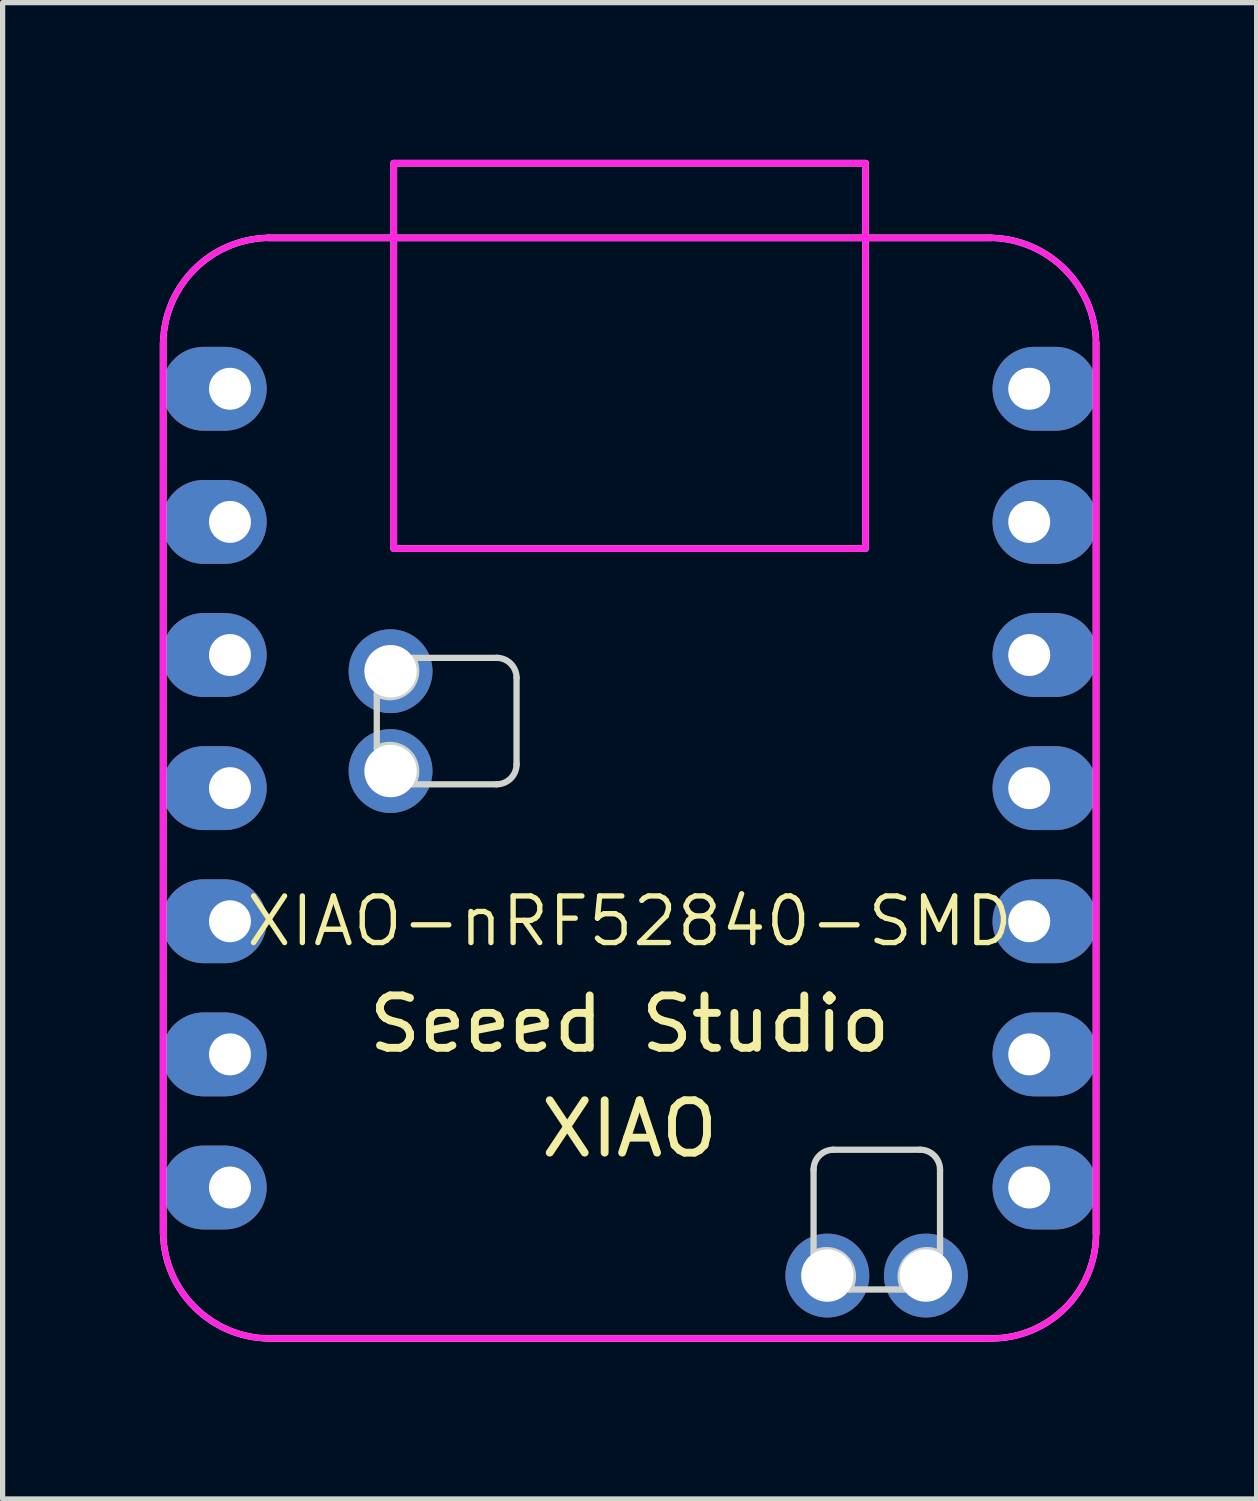
<source format=kicad_pcb>
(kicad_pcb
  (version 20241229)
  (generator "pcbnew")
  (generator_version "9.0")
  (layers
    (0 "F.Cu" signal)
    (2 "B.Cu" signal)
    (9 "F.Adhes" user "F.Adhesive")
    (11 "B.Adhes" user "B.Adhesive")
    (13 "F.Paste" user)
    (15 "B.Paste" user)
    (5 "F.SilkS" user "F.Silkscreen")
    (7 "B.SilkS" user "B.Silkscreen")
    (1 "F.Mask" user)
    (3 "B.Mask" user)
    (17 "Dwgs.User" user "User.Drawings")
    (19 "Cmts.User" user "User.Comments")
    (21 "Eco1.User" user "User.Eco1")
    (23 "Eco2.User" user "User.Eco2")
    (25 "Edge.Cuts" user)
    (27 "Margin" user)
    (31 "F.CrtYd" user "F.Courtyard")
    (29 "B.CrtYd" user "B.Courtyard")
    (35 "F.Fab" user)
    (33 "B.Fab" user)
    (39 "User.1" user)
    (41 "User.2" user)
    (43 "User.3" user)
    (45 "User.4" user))
  (footprint "XIAO-nRF52840-SMD"
    (layer "F.Cu")
    (at 8.963 11.988)
    (property "Reference" "XIAO-nRF52840-SMD" (at 0 2.54 0) (layer "F.SilkS") (effects (font (size 0.889 0.889) (thickness 0.102))))
    (attr smd)
    (fp_line (start -8.9 -8.5) (end -8.9 8.5) (stroke (width 0.127) (type solid)) (layer "F.SilkS"))
    (fp_line (start -6.9 10.5) (end 6.9 10.5) (stroke (width 0.127) (type solid)) (layer "F.SilkS"))
    (fp_line (start -4.5 -11.924) (end 4.5 -11.924) (stroke (width 0.127) (type solid)) (layer "F.SilkS"))
    (fp_line (start -4.5 -4.571) (end -4.5 -11.924) (stroke (width 0.127) (type solid)) (layer "F.SilkS"))
    (fp_line (start 4.5 -11.924) (end 4.5 -4.571) (stroke (width 0.127) (type solid)) (layer "F.SilkS"))
    (fp_line (start 4.5 -4.571) (end -4.5 -4.571) (stroke (width 0.127) (type solid)) (layer "F.SilkS"))
    (fp_line (start 6.9 -10.499) (end -6.9 -10.499) (stroke (width 0.127) (type solid)) (layer "F.SilkS"))
    (fp_line (start 8.9 8.5) (end 8.9 -8.5) (stroke (width 0.127) (type solid)) (layer "F.SilkS"))
    (fp_arc (start -8.9 -8.5) (mid -8.301491 -9.901491) (end -6.9 -10.5) (stroke (width 0.12) (type solid)) (layer "F.SilkS"))
    (fp_arc (start -6.9 10.5) (mid -8.301423 9.901423) (end -8.9 8.5) (stroke (width 0.12) (type solid)) (layer "F.SilkS"))
    (fp_arc (start 6.9 -10.5) (mid 8.301492 -9.901492) (end 8.9 -8.5) (stroke (width 0.12) (type solid)) (layer "F.SilkS"))
    (fp_arc (start 8.9 8.5) (mid 8.314214 9.914214) (end 6.9 10.5) (stroke (width 0.12) (type solid)) (layer "F.SilkS"))
    (fp_poly (pts (xy -8.888 -8.562) (xy -8.885 -8.61) (xy -8.881 -8.659)) (stroke (width 0.025) (type solid)) (fill no) (layer "F.SilkS"))
    (fp_poly (pts (xy 8.889 8.522) (xy 8.888 8.571) (xy 8.885 8.62) (xy 8.881 8.669) (xy 8.875 8.717) (xy 8.869 8.766) (xy 8.861 8.815) (xy 8.852 8.863) (xy 8.842 8.911)) (stroke (width 0.025) (type solid)) (fill no) (layer "F.SilkS"))
    (fp_line (start -4.824 -0.759) (end -4.824 -1.801) (stroke (width 0.12) (type solid)) (layer "Edge.Cuts"))
    (fp_line (start -4.138 -2.486) (end -2.538 -2.486) (stroke (width 0.12) (type solid)) (layer "Edge.Cuts"))
    (fp_line (start -2.538 -0.073) (end -4.138 -0.073) (stroke (width 0.12) (type solid)) (layer "Edge.Cuts"))
    (fp_line (start -2.157 -2.106) (end -2.157 -0.455) (stroke (width 0.12) (type solid)) (layer "Edge.Cuts"))
    (fp_line (start 3.51 8.88) (end 3.51 7.28) (stroke (width 0.12) (type solid)) (layer "Edge.Cuts"))
    (fp_line (start 3.891 6.899) (end 5.542 6.899) (stroke (width 0.12) (type solid)) (layer "Edge.Cuts"))
    (fp_line (start 5.237 9.566) (end 4.196 9.566) (stroke (width 0.12) (type solid)) (layer "Edge.Cuts"))
    (fp_line (start 5.923 7.28) (end 5.923 8.88) (stroke (width 0.12) (type solid)) (layer "Edge.Cuts"))
    (fp_arc (start -4.823609 -0.7593) (mid -4.22 -0.677109) (end -4.137809 -0.0735) (stroke (width 0.12) (type solid)) (layer "Edge.Cuts"))
    (fp_arc (start -4.137809 -2.4865) (mid -4.22 -1.882891) (end -4.823609 -1.8007) (stroke (width 0.12) (type solid)) (layer "Edge.Cuts"))
    (fp_arc (start -2.537609 -2.4865) (mid -2.268199 -2.37491) (end -2.156609 -2.1055) (stroke (width 0.12) (type solid)) (layer "Edge.Cuts"))
    (fp_arc (start -2.156609 -0.4545) (mid -2.2682 -0.185091) (end -2.537609 -0.0735) (stroke (width 0.12) (type solid)) (layer "Edge.Cuts"))
    (fp_arc (start 3.51 7.2798) (mid 3.621593 7.010393) (end 3.891 6.8988) (stroke (width 0.12) (type solid)) (layer "Edge.Cuts"))
    (fp_arc (start 3.51 8.88) (mid 4.113609 8.962191) (end 4.1958 9.5658) (stroke (width 0.12) (type solid)) (layer "Edge.Cuts"))
    (fp_arc (start 5.2372 9.5658) (mid 5.31939 8.96219) (end 5.923 8.88) (stroke (width 0.12) (type solid)) (layer "Edge.Cuts"))
    (fp_arc (start 5.542 6.8988) (mid 5.811398 7.010396) (end 5.923 7.2798) (stroke (width 0.12) (type solid)) (layer "Edge.Cuts"))
    (fp_line (start -8.9 -8.5) (end -8.9 8.5) (stroke (width 0.127) (type solid)) (layer "F.CrtYd"))
    (fp_line (start -6.9 10.5) (end 6.9 10.5) (stroke (width 0.127) (type solid)) (layer "F.CrtYd"))
    (fp_line (start -4.5 -11.924) (end 4.5 -11.924) (stroke (width 0.127) (type solid)) (layer "F.CrtYd"))
    (fp_line (start -4.5 -4.571) (end -4.5 -11.924) (stroke (width 0.127) (type solid)) (layer "F.CrtYd"))
    (fp_line (start 4.5 -11.924) (end 4.5 -4.571) (stroke (width 0.127) (type solid)) (layer "F.CrtYd"))
    (fp_line (start 4.5 -4.571) (end -4.5 -4.571) (stroke (width 0.127) (type solid)) (layer "F.CrtYd"))
    (fp_line (start 6.9 -10.499) (end -6.9 -10.499) (stroke (width 0.127) (type solid)) (layer "F.CrtYd"))
    (fp_line (start 8.9 8.5) (end 8.9 -8.5) (stroke (width 0.127) (type solid)) (layer "F.CrtYd"))
    (fp_arc (start -8.9 -8.5) (mid -8.301491 -9.901491) (end -6.9 -10.5) (stroke (width 0.12) (type solid)) (layer "F.CrtYd"))
    (fp_arc (start -6.9 10.5) (mid -8.301423 9.901423) (end -8.9 8.5) (stroke (width 0.12) (type solid)) (layer "F.CrtYd"))
    (fp_arc (start 6.9 -10.5) (mid 8.301494 -9.901494) (end 8.9 -8.5) (stroke (width 0.12) (type solid)) (layer "F.CrtYd"))
    (fp_arc (start 8.9 8.5) (mid 8.314214 9.914214) (end 6.9 10.5) (stroke (width 0.12) (type solid)) (layer "F.CrtYd"))
    (fp_line (start -8.9 -8.463) (end -8.9 8.473) (stroke (width 0.025) (type solid)) (layer "F.Fab"))
    (fp_line (start -8.89 8.473) (end -8.889 8.522) (stroke (width 0.025) (type solid)) (layer "F.Fab"))
    (fp_line (start -8.889 8.522) (end -8.888 8.571) (stroke (width 0.025) (type solid)) (layer "F.Fab"))
    (fp_line (start -8.888 -8.562) (end -8.889 -8.512) (stroke (width 0.025) (type solid)) (layer "F.Fab"))
    (fp_line (start -8.888 8.571) (end -8.885 8.62) (stroke (width 0.025) (type solid)) (layer "F.Fab"))
    (fp_line (start -8.885 -8.61) (end -8.888 -8.562) (stroke (width 0.025) (type solid)) (layer "F.Fab"))
    (fp_line (start -8.885 8.62) (end -8.881 8.669) (stroke (width 0.025) (type solid)) (layer "F.Fab"))
    (fp_line (start -8.881 -8.659) (end -8.885 -8.61) (stroke (width 0.025) (type solid)) (layer "F.Fab"))
    (fp_line (start -8.881 8.669) (end -8.875 8.717) (stroke (width 0.025) (type solid)) (layer "F.Fab"))
    (fp_line (start -8.875 -8.708) (end -8.881 -8.659) (stroke (width 0.025) (type solid)) (layer "F.Fab"))
    (fp_line (start -8.875 8.717) (end -8.869 8.766) (stroke (width 0.025) (type solid)) (layer "F.Fab"))
    (fp_line (start -8.869 -8.757) (end -8.875 -8.708) (stroke (width 0.025) (type solid)) (layer "F.Fab"))
    (fp_line (start -8.869 8.766) (end -8.861 8.815) (stroke (width 0.025) (type solid)) (layer "F.Fab"))
    (fp_line (start -8.861 -8.806) (end -8.869 -8.757) (stroke (width 0.025) (type solid)) (layer "F.Fab"))
    (fp_line (start -8.861 8.815) (end -8.852 8.863) (stroke (width 0.025) (type solid)) (layer "F.Fab"))
    (fp_line (start -8.852 -8.854) (end -8.861 -8.806) (stroke (width 0.025) (type solid)) (layer "F.Fab"))
    (fp_line (start -8.852 8.863) (end -8.842 8.911) (stroke (width 0.025) (type solid)) (layer "F.Fab"))
    (fp_line (start -8.842 -8.902) (end -8.852 -8.854) (stroke (width 0.025) (type solid)) (layer "F.Fab"))
    (fp_line (start -8.842 8.911) (end -8.831 8.959) (stroke (width 0.025) (type solid)) (layer "F.Fab"))
    (fp_line (start -8.831 -8.95) (end -8.842 -8.902) (stroke (width 0.025) (type solid)) (layer "F.Fab"))
    (fp_line (start -8.831 8.959) (end -8.819 9.006) (stroke (width 0.025) (type solid)) (layer "F.Fab"))
    (fp_line (start -8.819 -8.997) (end -8.831 -8.95) (stroke (width 0.025) (type solid)) (layer "F.Fab"))
    (fp_line (start -8.819 9.006) (end -8.805 9.054) (stroke (width 0.025) (type solid)) (layer "F.Fab"))
    (fp_line (start -8.805 -9.045) (end -8.819 -8.997) (stroke (width 0.025) (type solid)) (layer "F.Fab"))
    (fp_line (start -8.805 9.054) (end -8.79 9.1) (stroke (width 0.025) (type solid)) (layer "F.Fab"))
    (fp_line (start -8.79 -9.091) (end -8.805 -9.045) (stroke (width 0.025) (type solid)) (layer "F.Fab"))
    (fp_line (start -8.79 9.1) (end -8.775 9.147) (stroke (width 0.025) (type solid)) (layer "F.Fab"))
    (fp_line (start -8.775 -9.138) (end -8.79 -9.091) (stroke (width 0.025) (type solid)) (layer "F.Fab"))
    (fp_line (start -8.775 9.147) (end -8.758 9.193) (stroke (width 0.025) (type solid)) (layer "F.Fab"))
    (fp_line (start -8.758 -9.184) (end -8.775 -9.138) (stroke (width 0.025) (type solid)) (layer "F.Fab"))
    (fp_line (start -8.758 9.193) (end -8.74 9.239) (stroke (width 0.025) (type solid)) (layer "F.Fab"))
    (fp_line (start -8.74 -9.23) (end -8.758 -9.184) (stroke (width 0.025) (type solid)) (layer "F.Fab"))
    (fp_line (start -8.74 9.239) (end -8.721 9.284) (stroke (width 0.025) (type solid)) (layer "F.Fab"))
    (fp_line (start -8.721 -9.275) (end -8.74 -9.23) (stroke (width 0.025) (type solid)) (layer "F.Fab"))
    (fp_line (start -8.721 9.284) (end -8.701 9.329) (stroke (width 0.025) (type solid)) (layer "F.Fab"))
    (fp_line (start -8.701 -9.32) (end -8.721 -9.275) (stroke (width 0.025) (type solid)) (layer "F.Fab"))
    (fp_line (start -8.701 9.329) (end -8.679 9.373) (stroke (width 0.025) (type solid)) (layer "F.Fab"))
    (fp_line (start -8.679 -9.364) (end -8.701 -9.32) (stroke (width 0.025) (type solid)) (layer "F.Fab"))
    (fp_line (start -8.679 9.373) (end -8.657 9.417) (stroke (width 0.025) (type solid)) (layer "F.Fab"))
    (fp_line (start -8.657 -9.408) (end -8.679 -9.364) (stroke (width 0.025) (type solid)) (layer "F.Fab"))
    (fp_line (start -8.657 9.417) (end -8.634 9.46) (stroke (width 0.025) (type solid)) (layer "F.Fab"))
    (fp_line (start -8.634 -9.451) (end -8.657 -9.408) (stroke (width 0.025) (type solid)) (layer "F.Fab"))
    (fp_line (start -8.634 9.46) (end -8.61 9.503) (stroke (width 0.025) (type solid)) (layer "F.Fab"))
    (fp_line (start -8.61 -9.494) (end -8.634 -9.451) (stroke (width 0.025) (type solid)) (layer "F.Fab"))
    (fp_line (start -8.61 9.503) (end -8.584 9.545) (stroke (width 0.025) (type solid)) (layer "F.Fab"))
    (fp_line (start -8.584 -9.536) (end -8.61 -9.494) (stroke (width 0.025) (type solid)) (layer "F.Fab"))
    (fp_line (start -8.584 9.545) (end -8.558 9.586) (stroke (width 0.025) (type solid)) (layer "F.Fab"))
    (fp_line (start -8.558 -9.577) (end -8.584 -9.536) (stroke (width 0.025) (type solid)) (layer "F.Fab"))
    (fp_line (start -8.558 9.586) (end -8.53 9.627) (stroke (width 0.025) (type solid)) (layer "F.Fab"))
    (fp_line (start -8.53 -9.618) (end -8.558 -9.577) (stroke (width 0.025) (type solid)) (layer "F.Fab"))
    (fp_line (start -8.53 9.627) (end -8.502 9.667) (stroke (width 0.025) (type solid)) (layer "F.Fab"))
    (fp_line (start -8.502 -9.658) (end -8.53 -9.618) (stroke (width 0.025) (type solid)) (layer "F.Fab"))
    (fp_line (start -8.502 9.667) (end -8.473 9.706) (stroke (width 0.025) (type solid)) (layer "F.Fab"))
    (fp_line (start -8.473 -9.697) (end -8.502 -9.658) (stroke (width 0.025) (type solid)) (layer "F.Fab"))
    (fp_line (start -8.473 9.706) (end -8.442 9.745) (stroke (width 0.025) (type solid)) (layer "F.Fab"))
    (fp_line (start -8.442 -9.736) (end -8.473 -9.697) (stroke (width 0.025) (type solid)) (layer "F.Fab"))
    (fp_line (start -8.442 9.745) (end -8.411 9.783) (stroke (width 0.025) (type solid)) (layer "F.Fab"))
    (fp_line (start -8.411 -9.774) (end -8.442 -9.736) (stroke (width 0.025) (type solid)) (layer "F.Fab"))
    (fp_line (start -8.411 9.783) (end -8.379 9.82) (stroke (width 0.025) (type solid)) (layer "F.Fab"))
    (fp_line (start -8.379 -9.811) (end -8.411 -9.774) (stroke (width 0.025) (type solid)) (layer "F.Fab"))
    (fp_line (start -8.379 9.82) (end -8.346 9.856) (stroke (width 0.025) (type solid)) (layer "F.Fab"))
    (fp_line (start -8.346 -9.847) (end -8.379 -9.811) (stroke (width 0.025) (type solid)) (layer "F.Fab"))
    (fp_line (start -8.346 9.856) (end -8.312 9.892) (stroke (width 0.025) (type solid)) (layer "F.Fab"))
    (fp_line (start -8.312 -9.883) (end -8.346 -9.847) (stroke (width 0.025) (type solid)) (layer "F.Fab"))
    (fp_line (start -8.312 9.892) (end -8.277 9.927) (stroke (width 0.025) (type solid)) (layer "F.Fab"))
    (fp_line (start -8.277 -9.918) (end -8.312 -9.883) (stroke (width 0.025) (type solid)) (layer "F.Fab"))
    (fp_line (start -8.277 9.927) (end -8.242 9.96) (stroke (width 0.025) (type solid)) (layer "F.Fab"))
    (fp_line (start -8.242 -9.951) (end -8.277 -9.918) (stroke (width 0.025) (type solid)) (layer "F.Fab"))
    (fp_line (start -8.242 9.96) (end -8.205 9.994) (stroke (width 0.025) (type solid)) (layer "F.Fab"))
    (fp_line (start -8.205 -9.984) (end -8.242 -9.951) (stroke (width 0.025) (type solid)) (layer "F.Fab"))
    (fp_line (start -8.205 9.994) (end -8.168 10.026) (stroke (width 0.025) (type solid)) (layer "F.Fab"))
    (fp_line (start -8.168 -10.017) (end -8.205 -9.984) (stroke (width 0.025) (type solid)) (layer "F.Fab"))
    (fp_line (start -8.168 10.026) (end -8.13 10.057) (stroke (width 0.025) (type solid)) (layer "F.Fab"))
    (fp_line (start -8.13 -10.048) (end -8.168 -10.017) (stroke (width 0.025) (type solid)) (layer "F.Fab"))
    (fp_line (start -8.13 10.057) (end -8.092 10.087) (stroke (width 0.025) (type solid)) (layer "F.Fab"))
    (fp_line (start -8.092 -10.078) (end -8.13 -10.048) (stroke (width 0.025) (type solid)) (layer "F.Fab"))
    (fp_line (start -8.092 10.087) (end -8.052 10.116) (stroke (width 0.025) (type solid)) (layer "F.Fab"))
    (fp_line (start -8.052 -10.107) (end -8.092 -10.078) (stroke (width 0.025) (type solid)) (layer "F.Fab"))
    (fp_line (start -8.052 10.116) (end -8.012 10.145) (stroke (width 0.025) (type solid)) (layer "F.Fab"))
    (fp_line (start -8.012 -10.136) (end -8.052 -10.107) (stroke (width 0.025) (type solid)) (layer "F.Fab"))
    (fp_line (start -8.012 10.145) (end -7.972 10.172) (stroke (width 0.025) (type solid)) (layer "F.Fab"))
    (fp_line (start -7.972 -10.163) (end -8.012 -10.136) (stroke (width 0.025) (type solid)) (layer "F.Fab"))
    (fp_line (start -7.972 10.172) (end -7.93 10.199) (stroke (width 0.025) (type solid)) (layer "F.Fab"))
    (fp_line (start -7.93 -10.19) (end -7.972 -10.163) (stroke (width 0.025) (type solid)) (layer "F.Fab"))
    (fp_line (start -7.93 10.199) (end -7.888 10.224) (stroke (width 0.025) (type solid)) (layer "F.Fab"))
    (fp_line (start -7.888 -10.215) (end -7.93 -10.19) (stroke (width 0.025) (type solid)) (layer "F.Fab"))
    (fp_line (start -7.888 10.224) (end -7.846 10.249) (stroke (width 0.025) (type solid)) (layer "F.Fab"))
    (fp_line (start -7.846 -10.239) (end -7.888 -10.215) (stroke (width 0.025) (type solid)) (layer "F.Fab"))
    (fp_line (start -7.846 10.249) (end -7.802 10.272) (stroke (width 0.025) (type solid)) (layer "F.Fab"))
    (fp_line (start -7.802 -10.263) (end -7.846 -10.239) (stroke (width 0.025) (type solid)) (layer "F.Fab"))
    (fp_line (start -7.802 10.272) (end -7.759 10.294) (stroke (width 0.025) (type solid)) (layer "F.Fab"))
    (fp_line (start -7.759 -10.285) (end -7.802 -10.263) (stroke (width 0.025) (type solid)) (layer "F.Fab"))
    (fp_line (start -7.759 10.294) (end -7.714 10.315) (stroke (width 0.025) (type solid)) (layer "F.Fab"))
    (fp_line (start -7.714 -10.306) (end -7.759 -10.285) (stroke (width 0.025) (type solid)) (layer "F.Fab"))
    (fp_line (start -7.714 10.315) (end -7.67 10.335) (stroke (width 0.025) (type solid)) (layer "F.Fab"))
    (fp_line (start -7.67 -10.326) (end -7.714 -10.306) (stroke (width 0.025) (type solid)) (layer "F.Fab"))
    (fp_line (start -7.67 10.335) (end -7.624 10.354) (stroke (width 0.025) (type solid)) (layer "F.Fab"))
    (fp_line (start -7.624 -10.345) (end -7.67 -10.326) (stroke (width 0.025) (type solid)) (layer "F.Fab"))
    (fp_line (start -7.624 10.354) (end -7.579 10.372) (stroke (width 0.025) (type solid)) (layer "F.Fab"))
    (fp_line (start -7.579 -10.363) (end -7.624 -10.345) (stroke (width 0.025) (type solid)) (layer "F.Fab"))
    (fp_line (start -7.579 10.372) (end -7.532 10.389) (stroke (width 0.025) (type solid)) (layer "F.Fab"))
    (fp_line (start -7.532 -10.38) (end -7.579 -10.363) (stroke (width 0.025) (type solid)) (layer "F.Fab"))
    (fp_line (start -7.532 10.389) (end -7.486 10.405) (stroke (width 0.025) (type solid)) (layer "F.Fab"))
    (fp_line (start -7.486 -10.396) (end -7.532 -10.38) (stroke (width 0.025) (type solid)) (layer "F.Fab"))
    (fp_line (start -7.486 10.405) (end -7.439 10.42) (stroke (width 0.025) (type solid)) (layer "F.Fab"))
    (fp_line (start -7.439 -10.411) (end -7.486 -10.396) (stroke (width 0.025) (type solid)) (layer "F.Fab"))
    (fp_line (start -7.439 10.42) (end -7.392 10.433) (stroke (width 0.025) (type solid)) (layer "F.Fab"))
    (fp_line (start -7.392 -10.424) (end -7.439 -10.411) (stroke (width 0.025) (type solid)) (layer "F.Fab"))
    (fp_line (start -7.392 10.433) (end -7.344 10.446) (stroke (width 0.025) (type solid)) (layer "F.Fab"))
    (fp_line (start -7.344 -10.436) (end -7.392 -10.424) (stroke (width 0.025) (type solid)) (layer "F.Fab"))
    (fp_line (start -7.344 10.446) (end -7.296 10.457) (stroke (width 0.025) (type solid)) (layer "F.Fab"))
    (fp_line (start -7.296 -10.448) (end -7.344 -10.436) (stroke (width 0.025) (type solid)) (layer "F.Fab"))
    (fp_line (start -7.296 10.457) (end -7.248 10.467) (stroke (width 0.025) (type solid)) (layer "F.Fab"))
    (fp_line (start -7.248 -10.458) (end -7.296 -10.448) (stroke (width 0.025) (type solid)) (layer "F.Fab"))
    (fp_line (start -7.248 10.467) (end -7.2 10.476) (stroke (width 0.025) (type solid)) (layer "F.Fab"))
    (fp_line (start -7.2 -10.466) (end -7.248 -10.458) (stroke (width 0.025) (type solid)) (layer "F.Fab"))
    (fp_line (start -7.2 10.476) (end -7.152 10.483) (stroke (width 0.025) (type solid)) (layer "F.Fab"))
    (fp_line (start -7.152 -10.474) (end -7.2 -10.466) (stroke (width 0.025) (type solid)) (layer "F.Fab"))
    (fp_line (start -7.152 10.483) (end -7.103 10.49) (stroke (width 0.025) (type solid)) (layer "F.Fab"))
    (fp_line (start -7.103 -10.481) (end -7.152 -10.474) (stroke (width 0.025) (type solid)) (layer "F.Fab"))
    (fp_line (start -7.103 10.49) (end -7.054 10.495) (stroke (width 0.025) (type solid)) (layer "F.Fab"))
    (fp_line (start -7.054 -10.486) (end -7.103 -10.481) (stroke (width 0.025) (type solid)) (layer "F.Fab"))
    (fp_line (start -7.054 10.495) (end -7.005 10.499) (stroke (width 0.025) (type solid)) (layer "F.Fab"))
    (fp_line (start -7.005 -10.49) (end -7.054 -10.486) (stroke (width 0.025) (type solid)) (layer "F.Fab"))
    (fp_line (start -7.005 10.499) (end -6.956 10.502) (stroke (width 0.025) (type solid)) (layer "F.Fab"))
    (fp_line (start -6.956 -10.493) (end -7.005 -10.49) (stroke (width 0.025) (type solid)) (layer "F.Fab"))
    (fp_line (start -6.956 10.502) (end -6.907 10.504) (stroke (width 0.025) (type solid)) (layer "F.Fab"))
    (fp_line (start -6.907 -10.495) (end -6.956 -10.493) (stroke (width 0.025) (type solid)) (layer "F.Fab"))
    (fp_line (start -6.907 10.504) (end -6.858 10.505) (stroke (width 0.025) (type solid)) (layer "F.Fab"))
    (fp_line (start -6.858 -10.495) (end -6.907 -10.495) (stroke (width 0.025) (type solid)) (layer "F.Fab"))
    (fp_line (start -6.858 10.505) (end 6.858 10.505) (stroke (width 0.025) (type solid)) (layer "F.Fab"))
    (fp_line (start 6.858 -10.495) (end -6.858 -10.495) (stroke (width 0.025) (type solid)) (layer "F.Fab"))
    (fp_line (start 6.858 10.505) (end 6.907 10.504) (stroke (width 0.025) (type solid)) (layer "F.Fab"))
    (fp_line (start 6.907 -10.495) (end 6.858 -10.495) (stroke (width 0.025) (type solid)) (layer "F.Fab"))
    (fp_line (start 6.907 10.504) (end 6.956 10.502) (stroke (width 0.025) (type solid)) (layer "F.Fab"))
    (fp_line (start 6.956 -10.493) (end 6.907 -10.495) (stroke (width 0.025) (type solid)) (layer "F.Fab"))
    (fp_line (start 6.956 10.502) (end 7.005 10.499) (stroke (width 0.025) (type solid)) (layer "F.Fab"))
    (fp_line (start 7.005 -10.49) (end 6.956 -10.493) (stroke (width 0.025) (type solid)) (layer "F.Fab"))
    (fp_line (start 7.005 10.499) (end 7.054 10.495) (stroke (width 0.025) (type solid)) (layer "F.Fab"))
    (fp_line (start 7.054 -10.486) (end 7.005 -10.49) (stroke (width 0.025) (type solid)) (layer "F.Fab"))
    (fp_line (start 7.054 10.495) (end 7.103 10.49) (stroke (width 0.025) (type solid)) (layer "F.Fab"))
    (fp_line (start 7.103 -10.481) (end 7.054 -10.486) (stroke (width 0.025) (type solid)) (layer "F.Fab"))
    (fp_line (start 7.103 10.49) (end 7.152 10.483) (stroke (width 0.025) (type solid)) (layer "F.Fab"))
    (fp_line (start 7.152 -10.474) (end 7.103 -10.481) (stroke (width 0.025) (type solid)) (layer "F.Fab"))
    (fp_line (start 7.152 10.483) (end 7.2 10.476) (stroke (width 0.025) (type solid)) (layer "F.Fab"))
    (fp_line (start 7.2 -10.466) (end 7.152 -10.474) (stroke (width 0.025) (type solid)) (layer "F.Fab"))
    (fp_line (start 7.2 10.476) (end 7.248 10.467) (stroke (width 0.025) (type solid)) (layer "F.Fab"))
    (fp_line (start 7.248 -10.458) (end 7.2 -10.466) (stroke (width 0.025) (type solid)) (layer "F.Fab"))
    (fp_line (start 7.248 10.467) (end 7.296 10.457) (stroke (width 0.025) (type solid)) (layer "F.Fab"))
    (fp_line (start 7.296 -10.448) (end 7.248 -10.458) (stroke (width 0.025) (type solid)) (layer "F.Fab"))
    (fp_line (start 7.296 10.457) (end 7.344 10.446) (stroke (width 0.025) (type solid)) (layer "F.Fab"))
    (fp_line (start 7.344 -10.436) (end 7.296 -10.448) (stroke (width 0.025) (type solid)) (layer "F.Fab"))
    (fp_line (start 7.344 10.446) (end 7.392 10.433) (stroke (width 0.025) (type solid)) (layer "F.Fab"))
    (fp_line (start 7.392 -10.424) (end 7.344 -10.436) (stroke (width 0.025) (type solid)) (layer "F.Fab"))
    (fp_line (start 7.392 10.433) (end 7.439 10.42) (stroke (width 0.025) (type solid)) (layer "F.Fab"))
    (fp_line (start 7.439 -10.411) (end 7.392 -10.424) (stroke (width 0.025) (type solid)) (layer "F.Fab"))
    (fp_line (start 7.439 10.42) (end 7.486 10.405) (stroke (width 0.025) (type solid)) (layer "F.Fab"))
    (fp_line (start 7.486 -10.396) (end 7.439 -10.411) (stroke (width 0.025) (type solid)) (layer "F.Fab"))
    (fp_line (start 7.486 10.405) (end 7.532 10.389) (stroke (width 0.025) (type solid)) (layer "F.Fab"))
    (fp_line (start 7.532 -10.38) (end 7.486 -10.396) (stroke (width 0.025) (type solid)) (layer "F.Fab"))
    (fp_line (start 7.532 10.389) (end 7.579 10.372) (stroke (width 0.025) (type solid)) (layer "F.Fab"))
    (fp_line (start 7.579 -10.363) (end 7.532 -10.38) (stroke (width 0.025) (type solid)) (layer "F.Fab"))
    (fp_line (start 7.579 10.372) (end 7.624 10.354) (stroke (width 0.025) (type solid)) (layer "F.Fab"))
    (fp_line (start 7.624 -10.345) (end 7.579 -10.363) (stroke (width 0.025) (type solid)) (layer "F.Fab"))
    (fp_line (start 7.624 10.354) (end 7.67 10.335) (stroke (width 0.025) (type solid)) (layer "F.Fab"))
    (fp_line (start 7.67 -10.326) (end 7.624 -10.345) (stroke (width 0.025) (type solid)) (layer "F.Fab"))
    (fp_line (start 7.67 10.335) (end 7.714 10.315) (stroke (width 0.025) (type solid)) (layer "F.Fab"))
    (fp_line (start 7.714 -10.306) (end 7.67 -10.326) (stroke (width 0.025) (type solid)) (layer "F.Fab"))
    (fp_line (start 7.714 10.315) (end 7.759 10.294) (stroke (width 0.025) (type solid)) (layer "F.Fab"))
    (fp_line (start 7.759 -10.285) (end 7.714 -10.306) (stroke (width 0.025) (type solid)) (layer "F.Fab"))
    (fp_line (start 7.759 10.294) (end 7.802 10.272) (stroke (width 0.025) (type solid)) (layer "F.Fab"))
    (fp_line (start 7.802 -10.263) (end 7.759 -10.285) (stroke (width 0.025) (type solid)) (layer "F.Fab"))
    (fp_line (start 7.802 10.272) (end 7.846 10.249) (stroke (width 0.025) (type solid)) (layer "F.Fab"))
    (fp_line (start 7.846 -10.239) (end 7.802 -10.263) (stroke (width 0.025) (type solid)) (layer "F.Fab"))
    (fp_line (start 7.846 10.249) (end 7.888 10.224) (stroke (width 0.025) (type solid)) (layer "F.Fab"))
    (fp_line (start 7.888 -10.215) (end 7.846 -10.239) (stroke (width 0.025) (type solid)) (layer "F.Fab"))
    (fp_line (start 7.888 10.224) (end 7.93 10.199) (stroke (width 0.025) (type solid)) (layer "F.Fab"))
    (fp_line (start 7.93 -10.19) (end 7.888 -10.215) (stroke (width 0.025) (type solid)) (layer "F.Fab"))
    (fp_line (start 7.93 10.199) (end 7.972 10.172) (stroke (width 0.025) (type solid)) (layer "F.Fab"))
    (fp_line (start 7.972 -10.163) (end 7.93 -10.19) (stroke (width 0.025) (type solid)) (layer "F.Fab"))
    (fp_line (start 7.972 10.172) (end 8.012 10.145) (stroke (width 0.025) (type solid)) (layer "F.Fab"))
    (fp_line (start 8.012 -10.136) (end 7.972 -10.163) (stroke (width 0.025) (type solid)) (layer "F.Fab"))
    (fp_line (start 8.012 10.145) (end 8.052 10.116) (stroke (width 0.025) (type solid)) (layer "F.Fab"))
    (fp_line (start 8.052 -10.107) (end 8.012 -10.136) (stroke (width 0.025) (type solid)) (layer "F.Fab"))
    (fp_line (start 8.052 10.116) (end 8.092 10.087) (stroke (width 0.025) (type solid)) (layer "F.Fab"))
    (fp_line (start 8.092 -10.078) (end 8.052 -10.107) (stroke (width 0.025) (type solid)) (layer "F.Fab"))
    (fp_line (start 8.092 10.087) (end 8.13 10.057) (stroke (width 0.025) (type solid)) (layer "F.Fab"))
    (fp_line (start 8.13 -10.048) (end 8.092 -10.078) (stroke (width 0.025) (type solid)) (layer "F.Fab"))
    (fp_line (start 8.13 10.057) (end 8.168 10.026) (stroke (width 0.025) (type solid)) (layer "F.Fab"))
    (fp_line (start 8.168 -10.017) (end 8.13 -10.048) (stroke (width 0.025) (type solid)) (layer "F.Fab"))
    (fp_line (start 8.168 10.026) (end 8.205 9.994) (stroke (width 0.025) (type solid)) (layer "F.Fab"))
    (fp_line (start 8.205 -9.984) (end 8.168 -10.017) (stroke (width 0.025) (type solid)) (layer "F.Fab"))
    (fp_line (start 8.205 9.994) (end 8.242 9.96) (stroke (width 0.025) (type solid)) (layer "F.Fab"))
    (fp_line (start 8.242 -9.951) (end 8.205 -9.984) (stroke (width 0.025) (type solid)) (layer "F.Fab"))
    (fp_line (start 8.242 9.96) (end 8.277 9.927) (stroke (width 0.025) (type solid)) (layer "F.Fab"))
    (fp_line (start 8.277 -9.918) (end 8.242 -9.951) (stroke (width 0.025) (type solid)) (layer "F.Fab"))
    (fp_line (start 8.277 9.927) (end 8.312 9.892) (stroke (width 0.025) (type solid)) (layer "F.Fab"))
    (fp_line (start 8.312 -9.883) (end 8.277 -9.918) (stroke (width 0.025) (type solid)) (layer "F.Fab"))
    (fp_line (start 8.312 9.892) (end 8.346 9.856) (stroke (width 0.025) (type solid)) (layer "F.Fab"))
    (fp_line (start 8.346 -9.847) (end 8.312 -9.883) (stroke (width 0.025) (type solid)) (layer "F.Fab"))
    (fp_line (start 8.346 9.856) (end 8.379 9.82) (stroke (width 0.025) (type solid)) (layer "F.Fab"))
    (fp_line (start 8.379 -9.811) (end 8.346 -9.847) (stroke (width 0.025) (type solid)) (layer "F.Fab"))
    (fp_line (start 8.379 9.82) (end 8.411 9.783) (stroke (width 0.025) (type solid)) (layer "F.Fab"))
    (fp_line (start 8.411 -9.774) (end 8.379 -9.811) (stroke (width 0.025) (type solid)) (layer "F.Fab"))
    (fp_line (start 8.411 9.783) (end 8.442 9.745) (stroke (width 0.025) (type solid)) (layer "F.Fab"))
    (fp_line (start 8.442 -9.736) (end 8.411 -9.774) (stroke (width 0.025) (type solid)) (layer "F.Fab"))
    (fp_line (start 8.442 9.745) (end 8.473 9.706) (stroke (width 0.025) (type solid)) (layer "F.Fab"))
    (fp_line (start 8.473 -9.697) (end 8.442 -9.736) (stroke (width 0.025) (type solid)) (layer "F.Fab"))
    (fp_line (start 8.473 9.706) (end 8.502 9.667) (stroke (width 0.025) (type solid)) (layer "F.Fab"))
    (fp_line (start 8.502 -9.658) (end 8.473 -9.697) (stroke (width 0.025) (type solid)) (layer "F.Fab"))
    (fp_line (start 8.502 9.667) (end 8.53 9.627) (stroke (width 0.025) (type solid)) (layer "F.Fab"))
    (fp_line (start 8.53 -9.618) (end 8.502 -9.658) (stroke (width 0.025) (type solid)) (layer "F.Fab"))
    (fp_line (start 8.53 9.627) (end 8.558 9.586) (stroke (width 0.025) (type solid)) (layer "F.Fab"))
    (fp_line (start 8.558 -9.577) (end 8.53 -9.618) (stroke (width 0.025) (type solid)) (layer "F.Fab"))
    (fp_line (start 8.558 9.586) (end 8.584 9.545) (stroke (width 0.025) (type solid)) (layer "F.Fab"))
    (fp_line (start 8.584 -9.536) (end 8.558 -9.577) (stroke (width 0.025) (type solid)) (layer "F.Fab"))
    (fp_line (start 8.584 9.545) (end 8.61 9.503) (stroke (width 0.025) (type solid)) (layer "F.Fab"))
    (fp_line (start 8.61 -9.494) (end 8.584 -9.536) (stroke (width 0.025) (type solid)) (layer "F.Fab"))
    (fp_line (start 8.61 9.503) (end 8.634 9.46) (stroke (width 0.025) (type solid)) (layer "F.Fab"))
    (fp_line (start 8.634 -9.451) (end 8.61 -9.494) (stroke (width 0.025) (type solid)) (layer "F.Fab"))
    (fp_line (start 8.634 9.46) (end 8.657 9.417) (stroke (width 0.025) (type solid)) (layer "F.Fab"))
    (fp_line (start 8.657 -9.408) (end 8.634 -9.451) (stroke (width 0.025) (type solid)) (layer "F.Fab"))
    (fp_line (start 8.657 9.417) (end 8.679 9.373) (stroke (width 0.025) (type solid)) (layer "F.Fab"))
    (fp_line (start 8.679 -9.364) (end 8.657 -9.408) (stroke (width 0.025) (type solid)) (layer "F.Fab"))
    (fp_line (start 8.679 9.373) (end 8.701 9.329) (stroke (width 0.025) (type solid)) (layer "F.Fab"))
    (fp_line (start 8.701 -9.32) (end 8.679 -9.364) (stroke (width 0.025) (type solid)) (layer "F.Fab"))
    (fp_line (start 8.701 9.329) (end 8.721 9.284) (stroke (width 0.025) (type solid)) (layer "F.Fab"))
    (fp_line (start 8.721 -9.275) (end 8.701 -9.32) (stroke (width 0.025) (type solid)) (layer "F.Fab"))
    (fp_line (start 8.721 9.284) (end 8.74 9.239) (stroke (width 0.025) (type solid)) (layer "F.Fab"))
    (fp_line (start 8.74 -9.23) (end 8.721 -9.275) (stroke (width 0.025) (type solid)) (layer "F.Fab"))
    (fp_line (start 8.74 9.239) (end 8.758 9.193) (stroke (width 0.025) (type solid)) (layer "F.Fab"))
    (fp_line (start 8.758 -9.184) (end 8.74 -9.23) (stroke (width 0.025) (type solid)) (layer "F.Fab"))
    (fp_line (start 8.758 9.193) (end 8.775 9.147) (stroke (width 0.025) (type solid)) (layer "F.Fab"))
    (fp_line (start 8.775 -9.138) (end 8.758 -9.184) (stroke (width 0.025) (type solid)) (layer "F.Fab"))
    (fp_line (start 8.775 9.147) (end 8.79 9.1) (stroke (width 0.025) (type solid)) (layer "F.Fab"))
    (fp_line (start 8.79 -9.091) (end 8.775 -9.138) (stroke (width 0.025) (type solid)) (layer "F.Fab"))
    (fp_line (start 8.79 9.1) (end 8.805 9.054) (stroke (width 0.025) (type solid)) (layer "F.Fab"))
    (fp_line (start 8.805 -9.045) (end 8.79 -9.091) (stroke (width 0.025) (type solid)) (layer "F.Fab"))
    (fp_line (start 8.805 9.054) (end 8.819 9.006) (stroke (width 0.025) (type solid)) (layer "F.Fab"))
    (fp_line (start 8.819 -8.997) (end 8.805 -9.045) (stroke (width 0.025) (type solid)) (layer "F.Fab"))
    (fp_line (start 8.819 9.006) (end 8.831 8.959) (stroke (width 0.025) (type solid)) (layer "F.Fab"))
    (fp_line (start 8.831 -8.95) (end 8.819 -8.997) (stroke (width 0.025) (type solid)) (layer "F.Fab"))
    (fp_line (start 8.831 8.959) (end 8.842 8.911) (stroke (width 0.025) (type solid)) (layer "F.Fab"))
    (fp_line (start 8.842 -8.902) (end 8.831 -8.95) (stroke (width 0.025) (type solid)) (layer "F.Fab"))
    (fp_line (start 8.842 8.911) (end 8.852 8.863) (stroke (width 0.025) (type solid)) (layer "F.Fab"))
    (fp_line (start 8.852 -8.854) (end 8.842 -8.902) (stroke (width 0.025) (type solid)) (layer "F.Fab"))
    (fp_line (start 8.852 8.863) (end 8.861 8.815) (stroke (width 0.025) (type solid)) (layer "F.Fab"))
    (fp_line (start 8.861 -8.806) (end 8.852 -8.854) (stroke (width 0.025) (type solid)) (layer "F.Fab"))
    (fp_line (start 8.861 8.815) (end 8.869 8.766) (stroke (width 0.025) (type solid)) (layer "F.Fab"))
    (fp_line (start 8.869 -8.757) (end 8.861 -8.806) (stroke (width 0.025) (type solid)) (layer "F.Fab"))
    (fp_line (start 8.869 8.766) (end 8.875 8.717) (stroke (width 0.025) (type solid)) (layer "F.Fab"))
    (fp_line (start 8.875 -8.708) (end 8.869 -8.757) (stroke (width 0.025) (type solid)) (layer "F.Fab"))
    (fp_line (start 8.875 8.717) (end 8.881 8.669) (stroke (width 0.025) (type solid)) (layer "F.Fab"))
    (fp_line (start 8.881 -8.659) (end 8.875 -8.708) (stroke (width 0.025) (type solid)) (layer "F.Fab"))
    (fp_line (start 8.881 8.669) (end 8.885 8.62) (stroke (width 0.025) (type solid)) (layer "F.Fab"))
    (fp_line (start 8.885 -8.61) (end 8.881 -8.659) (stroke (width 0.025) (type solid)) (layer "F.Fab"))
    (fp_line (start 8.885 8.62) (end 8.888 8.571) (stroke (width 0.025) (type solid)) (layer "F.Fab"))
    (fp_line (start 8.888 -8.562) (end 8.885 -8.61) (stroke (width 0.025) (type solid)) (layer "F.Fab"))
    (fp_line (start 8.888 8.571) (end 8.889 8.522) (stroke (width 0.025) (type solid)) (layer "F.Fab"))
    (fp_line (start 8.889 -8.512) (end 8.888 -8.562) (stroke (width 0.025) (type solid)) (layer "F.Fab"))
    (fp_line (start 8.889 8.522) (end 8.89 8.473) (stroke (width 0.025) (type solid)) (layer "F.Fab"))
    (fp_line (start 8.89 -8.463) (end 8.889 -8.512) (stroke (width 0.025) (type solid)) (layer "F.Fab"))
    (fp_line (start 8.9 8.473) (end 8.9 -8.463) (stroke (width 0.025) (type solid)) (layer "F.Fab"))
    (fp_text user "XIAO" (at 0 6.5 0) (unlocked yes) (layer "F.SilkS") (effects (font (size 1 1) (thickness 0.15))))
    (fp_text user "Seeed Studio" (at 0 4.5 0) (unlocked yes) (layer "F.SilkS") (effects (font (size 1 1) (thickness 0.15))))
    (pad "1" thru_hole oval (at -7.625 -7.62) (size 2 1.6) (drill 0.8 (offset -0.3 0)) (layers "*.Cu" "*.Mask"))
    (pad "2" thru_hole oval (at -7.625 -5.08) (size 2 1.6) (drill 0.8 (offset -0.3 0)) (layers "*.Cu" "*.Mask"))
    (pad "3" thru_hole oval (at -7.625 -2.54) (size 2 1.6) (drill 0.8 (offset -0.3 0)) (layers "*.Cu" "*.Mask"))
    (pad "4" thru_hole oval (at -7.625 0) (size 2 1.6) (drill 0.8 (offset -0.3 0)) (layers "*.Cu" "*.Mask"))
    (pad "5" thru_hole oval (at -7.625 2.54) (size 2 1.6) (drill 0.8 (offset -0.3 0)) (layers "*.Cu" "*.Mask"))
    (pad "6" thru_hole oval (at -7.625 5.08) (size 2 1.6) (drill 0.8 (offset -0.3 0)) (layers "*.Cu" "*.Mask"))
    (pad "7" thru_hole oval (at -7.625 7.62) (size 2 1.6) (drill 0.8 (offset -0.3 0)) (layers "*.Cu" "*.Mask"))
    (pad "8" thru_hole oval (at 7.625 7.62 180) (size 2 1.6) (drill 0.8 (offset -0.3 0)) (layers "*.Cu" "*.Mask"))
    (pad "9" thru_hole oval (at 7.625 5.08 180) (size 2 1.6) (drill 0.8 (offset -0.3 0)) (layers "*.Cu" "*.Mask"))
    (pad "10" thru_hole oval (at 7.625 2.54 180) (size 2 1.6) (drill 0.8 (offset -0.3 0)) (layers "*.Cu" "*.Mask"))
    (pad "11" thru_hole oval (at 7.625 0 180) (size 2 1.6) (drill 0.8 (offset -0.3 0)) (layers "*.Cu" "*.Mask"))
    (pad "12" thru_hole oval (at 7.625 -2.54 180) (size 2 1.6) (drill 0.8 (offset -0.3 0)) (layers "*.Cu" "*.Mask"))
    (pad "13" thru_hole oval (at 7.625 -5.08 180) (size 2 1.6) (drill 0.8 (offset -0.3 0)) (layers "*.Cu" "*.Mask"))
    (pad "14" thru_hole oval (at 7.625 -7.62 180) (size 2 1.6) (drill 0.8 (offset -0.3 0)) (layers "*.Cu" "*.Mask"))
    (pad "15" thru_hole circle (at -4.561 -0.326 270) (size 1.6 1.6) (drill 1) (layers "*.Cu" "*.Mask"))
    (pad "16" thru_hole circle (at -4.561 -2.231 90) (size 1.6 1.6) (drill 1) (layers "*.Cu" "*.Mask"))
    (pad "17" thru_hole circle (at 3.773 9.3 90) (size 1.6 1.6) (drill 1) (layers "*.Cu" "*.Mask"))
    (pad "18" thru_hole circle (at 5.653 9.3 270) (size 1.6 1.6) (drill 1) (layers "*.Cu" "*.Mask")))
  (gr_rect
    (start -3 -3)
    (end 20.927 25.551)
    (stroke (width 0.1) (type default))
    (fill no)
    (layer "Edge.Cuts")))
</source>
